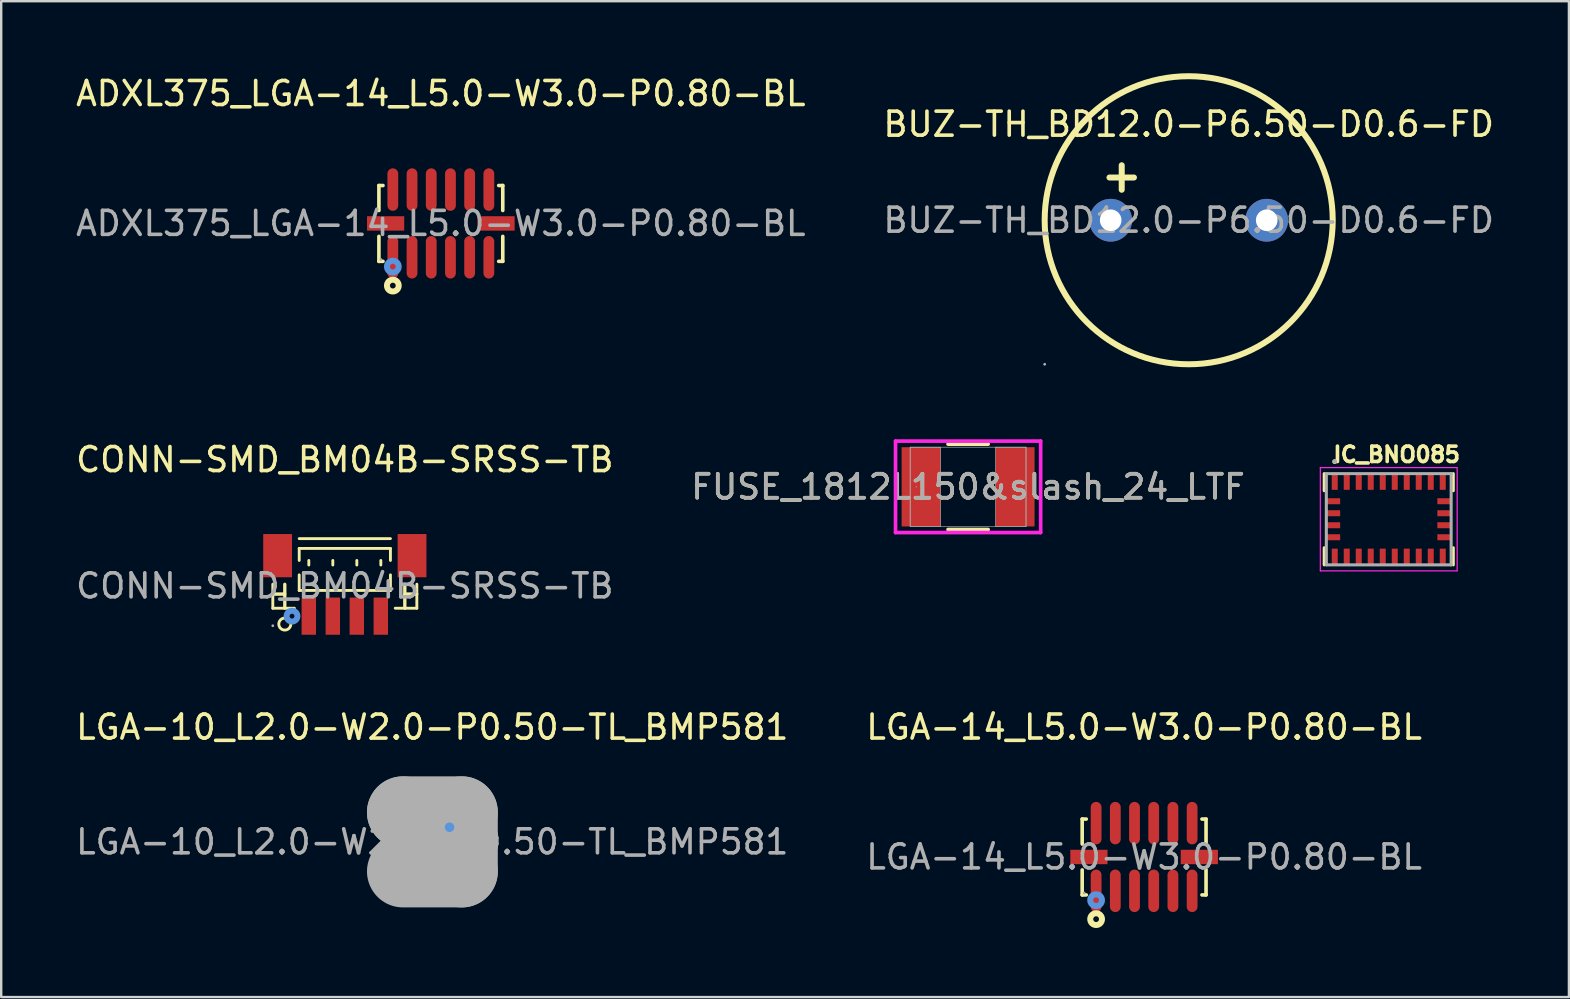
<source format=kicad_pcb>
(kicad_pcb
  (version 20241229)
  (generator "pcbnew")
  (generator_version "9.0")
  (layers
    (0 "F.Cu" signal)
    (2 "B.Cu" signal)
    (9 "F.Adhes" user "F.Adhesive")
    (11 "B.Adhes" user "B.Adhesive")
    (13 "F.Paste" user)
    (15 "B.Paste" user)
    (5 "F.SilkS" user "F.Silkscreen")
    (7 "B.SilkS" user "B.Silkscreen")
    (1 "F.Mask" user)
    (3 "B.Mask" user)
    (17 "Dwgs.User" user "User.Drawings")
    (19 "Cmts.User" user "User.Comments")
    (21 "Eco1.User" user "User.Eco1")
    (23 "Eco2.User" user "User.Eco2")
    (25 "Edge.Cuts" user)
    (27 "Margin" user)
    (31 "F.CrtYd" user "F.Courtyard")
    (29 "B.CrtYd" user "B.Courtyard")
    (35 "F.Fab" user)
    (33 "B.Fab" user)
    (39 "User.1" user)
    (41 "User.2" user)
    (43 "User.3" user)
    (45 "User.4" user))
  (footprint "LGA-14_L5.0-W3.0-P0.80-BL"
    (layer "F.Cu")
    (at 44.613 32.651)
    (property "Reference" "LGA-14_L5.0-W3.0-P0.80-BL" (at 0 -5.41 0) (layer "F.SilkS") (effects (font (size 1 1) (thickness 0.15))))
    (attr smd)
    (fp_line (start -2.58 -1.58) (end -2.41 -1.58) (stroke (width 0.15) (type solid)) (layer "F.SilkS"))
    (fp_line (start -2.58 -0.54) (end -2.58 -1.58) (stroke (width 0.15) (type solid)) (layer "F.SilkS"))
    (fp_line (start -2.58 0.54) (end -2.58 1.58) (stroke (width 0.15) (type solid)) (layer "F.SilkS"))
    (fp_line (start -2.58 1.58) (end -2.41 1.58) (stroke (width 0.15) (type solid)) (layer "F.SilkS"))
    (fp_line (start 2.58 -1.58) (end 2.41 -1.58) (stroke (width 0.15) (type solid)) (layer "F.SilkS"))
    (fp_line (start 2.58 -0.54) (end 2.58 -1.58) (stroke (width 0.15) (type solid)) (layer "F.SilkS"))
    (fp_line (start 2.58 0.54) (end 2.58 1.58) (stroke (width 0.15) (type solid)) (layer "F.SilkS"))
    (fp_line (start 2.58 1.58) (end 2.41 1.58) (stroke (width 0.15) (type solid)) (layer "F.SilkS"))
    (fp_circle (center -2 2.59) (end -1.88 2.59) (stroke (width 0.25) (type solid)) (fill no) (layer "F.SilkS"))
    (fp_circle (center -2 1.8) (end -1.88 1.8) (stroke (width 0.25) (type solid)) (fill no) (layer "Cmts.User"))
    (fp_circle (center -2.5 1.5) (end -2.47 1.5) (stroke (width 0.06) (type solid)) (fill no) (layer "F.Fab"))
    (fp_text user "${REFERENCE}" (at 0 0 0) (layer "F.Fab") (effects (font (size 1 1) (thickness 0.15))))
    (pad "1" smd oval (at -2 1.41) (size 0.45 1.77) (layers "F.Cu" "F.Mask" "F.Paste"))
    (pad "2" smd oval (at -1.2 1.41) (size 0.45 1.77) (layers "F.Cu" "F.Mask" "F.Paste"))
    (pad "3" smd oval (at -0.4 1.41) (size 0.45 1.77) (layers "F.Cu" "F.Mask" "F.Paste"))
    (pad "4" smd oval (at 0.4 1.41) (size 0.45 1.77) (layers "F.Cu" "F.Mask" "F.Paste"))
    (pad "5" smd oval (at 1.2 1.41) (size 0.45 1.77) (layers "F.Cu" "F.Mask" "F.Paste"))
    (pad "6" smd oval (at 2 1.41) (size 0.45 1.77) (layers "F.Cu" "F.Mask" "F.Paste"))
    (pad "7" smd rect (at 2.3 0) (size 1.55 0.6) (layers "F.Cu" "F.Mask" "F.Paste"))
    (pad "8" smd oval (at 2 -1.41) (size 0.45 1.77) (layers "F.Cu" "F.Mask" "F.Paste"))
    (pad "9" smd oval (at 1.2 -1.41) (size 0.45 1.77) (layers "F.Cu" "F.Mask" "F.Paste"))
    (pad "10" smd oval (at 0.4 -1.41) (size 0.45 1.77) (layers "F.Cu" "F.Mask" "F.Paste"))
    (pad "11" smd oval (at -0.4 -1.41) (size 0.45 1.77) (layers "F.Cu" "F.Mask" "F.Paste"))
    (pad "12" smd oval (at -1.2 -1.41) (size 0.45 1.77) (layers "F.Cu" "F.Mask" "F.Paste"))
    (pad "13" smd oval (at -2 -1.41) (size 0.45 1.77) (layers "F.Cu" "F.Mask" "F.Paste"))
    (pad "14" smd rect (at -2.3 0) (size 1.55 0.6) (layers "F.Cu" "F.Mask" "F.Paste")))
  (footprint "LGA-10_L2.0-W2.0-P0.50-TL_BMP581"
    (layer "F.Cu")
    (at 14.958 32.022)
    (property "Reference" "LGA-10_L2.0-W2.0-P0.50-TL_BMP581" (at 0 -4.78 0) (layer "F.SilkS") (effects (font (size 1 1) (thickness 0.15))))
    (attr smd)
    (fp_line (start -1.5 -0.5) (end -1.6 -0.4) (stroke (width 0.15) (type solid)) (layer "F.SilkS"))
    (fp_line (start -1.5 -0.1) (end -1.5 -0.5) (stroke (width 0.15) (type solid)) (layer "F.SilkS"))
    (fp_circle (center 0.72 -0.61) (end 0.82 -0.61) (stroke (width 0.2) (type solid)) (fill no) (layer "Cmts.User"))
    (fp_line (start -1.22 -1.23) (end -1.22 -1.23) (stroke (width 3) (type solid)) (layer "F.Fab"))
    (fp_line (start -1.22 -1.23) (end 1.23 -1.23) (stroke (width 3) (type solid)) (layer "F.Fab"))
    (fp_line (start 1.23 -1.23) (end 1.23 1.23) (stroke (width 3) (type solid)) (layer "F.Fab"))
    (fp_line (start 1.23 1.23) (end -1.22 1.23) (stroke (width 3) (type solid)) (layer "F.Fab"))
    (fp_circle (center -1 -1) (end -0.97 -1) (stroke (width 0.06) (type solid)) (fill no) (layer "F.Fab"))
    (fp_text user "${REFERENCE}" (at 0 0 0) (layer "F.Fab") (effects (font (size 1 1) (thickness 0.15))))
    (pad "1" smd rect (at -0.78 -0.25 90) (size 0.3 0.3) (layers "F.Cu" "F.Mask" "F.Paste"))
    (pad "2" smd rect (at -0.78 0.25 90) (size 0.3 0.3) (layers "F.Cu" "F.Mask" "F.Paste"))
    (pad "3" smd rect (at -0.5 0.78 90) (size 0.3 0.3) (layers "F.Cu" "F.Mask" "F.Paste"))
    (pad "4" smd rect (at 0 0.78 90) (size 0.3 0.3) (layers "F.Cu" "F.Mask" "F.Paste"))
    (pad "5" smd rect (at 0.5 0.78 90) (size 0.3 0.3) (layers "F.Cu" "F.Mask" "F.Paste"))
    (pad "6" smd rect (at 0.78 0.25 90) (size 0.3 0.3) (layers "F.Cu" "F.Mask" "F.Paste"))
    (pad "7" smd rect (at 0.78 -0.25 90) (size 0.3 0.3) (layers "F.Cu" "F.Mask" "F.Paste"))
    (pad "8" smd rect (at 0.5 -0.78 90) (size 0.3 0.3) (layers "F.Cu" "F.Mask" "F.Paste"))
    (pad "9" smd rect (at 0 -0.78 90) (size 0.3 0.3) (layers "F.Cu" "F.Mask" "F.Paste"))
    (pad "10" smd rect (at -0.5 -0.78 90) (size 0.3 0.3) (layers "F.Cu" "F.Mask" "F.Paste")))
  (footprint "IC_BNO085"
    (layer "F.Cu")
    (at 54.804 18.581)
    (property "Reference" "IC_BNO085" (at 0.332 -2.694 0) (layer "F.SilkS") (effects (font (size 0.64 0.64) (thickness 0.15))))
    (attr smd)
    (fp_line (start -2.688 -1.9) (end -2.688 -1.188) (stroke (width 0.127) (type solid)) (layer "F.SilkS"))
    (fp_line (start -2.688 1.9) (end -2.688 1.188) (stroke (width 0.127) (type solid)) (layer "F.SilkS"))
    (fp_line (start 2.688 -1.9) (end 2.688 -1.188) (stroke (width 0.127) (type solid)) (layer "F.SilkS"))
    (fp_line (start 2.688 1.9) (end 2.688 1.188) (stroke (width 0.127) (type solid)) (layer "F.SilkS"))
    (fp_circle (center -2.25 -2.4) (end -2.2 -2.4) (stroke (width 0.1) (type solid)) (fill no) (layer "F.SilkS"))
    (fp_line (start -2.85 -2.15) (end 2.85 -2.15) (stroke (width 0.05) (type solid)) (layer "F.CrtYd"))
    (fp_line (start -2.85 2.15) (end -2.85 -2.15) (stroke (width 0.05) (type solid)) (layer "F.CrtYd"))
    (fp_line (start 2.85 -2.15) (end 2.85 2.15) (stroke (width 0.05) (type solid)) (layer "F.CrtYd"))
    (fp_line (start 2.85 2.15) (end -2.85 2.15) (stroke (width 0.05) (type solid)) (layer "F.CrtYd"))
    (fp_line (start -2.6 -1.9) (end 2.6 -1.9) (stroke (width 0.127) (type solid)) (layer "F.Fab"))
    (fp_line (start -2.6 1.9) (end -2.6 -1.9) (stroke (width 0.127) (type solid)) (layer "F.Fab"))
    (fp_line (start 2.6 -1.9) (end 2.6 1.9) (stroke (width 0.127) (type solid)) (layer "F.Fab"))
    (fp_line (start 2.6 1.9) (end -2.6 1.9) (stroke (width 0.127) (type solid)) (layer "F.Fab"))
    (fp_circle (center -2.25 -2.4) (end -2.2 -2.4) (stroke (width 0.1) (type solid)) (fill no) (layer "F.Fab"))
    (pad "1" smd rect (at -2.25 -1.562) (size 0.25 0.675) (layers "F.Cu" "F.Mask" "F.Paste"))
    (pad "2" smd rect (at -2.312 -0.75) (size 0.575 0.25) (layers "F.Cu" "F.Mask" "F.Paste"))
    (pad "3" smd rect (at -2.312 -0.25) (size 0.575 0.25) (layers "F.Cu" "F.Mask" "F.Paste"))
    (pad "4" smd rect (at -2.312 0.25) (size 0.575 0.25) (layers "F.Cu" "F.Mask" "F.Paste"))
    (pad "5" smd rect (at -2.312 0.75) (size 0.575 0.25) (layers "F.Cu" "F.Mask" "F.Paste"))
    (pad "6" smd rect (at -2.25 1.562) (size 0.25 0.675) (layers "F.Cu" "F.Mask" "F.Paste"))
    (pad "7" smd rect (at -1.75 1.562) (size 0.25 0.675) (layers "F.Cu" "F.Mask" "F.Paste"))
    (pad "8" smd rect (at -1.25 1.562) (size 0.25 0.675) (layers "F.Cu" "F.Mask" "F.Paste"))
    (pad "9" smd rect (at -0.75 1.562) (size 0.25 0.675) (layers "F.Cu" "F.Mask" "F.Paste"))
    (pad "10" smd rect (at -0.25 1.562) (size 0.25 0.675) (layers "F.Cu" "F.Mask" "F.Paste"))
    (pad "11" smd rect (at 0.25 1.562) (size 0.25 0.675) (layers "F.Cu" "F.Mask" "F.Paste"))
    (pad "12" smd rect (at 0.75 1.562) (size 0.25 0.675) (layers "F.Cu" "F.Mask" "F.Paste"))
    (pad "13" smd rect (at 1.25 1.562) (size 0.25 0.675) (layers "F.Cu" "F.Mask" "F.Paste"))
    (pad "14" smd rect (at 1.75 1.562) (size 0.25 0.675) (layers "F.Cu" "F.Mask" "F.Paste"))
    (pad "15" smd rect (at 2.25 1.562) (size 0.25 0.675) (layers "F.Cu" "F.Mask" "F.Paste"))
    (pad "16" smd rect (at 2.312 0.75) (size 0.575 0.25) (layers "F.Cu" "F.Mask" "F.Paste"))
    (pad "17" smd rect (at 2.312 0.25) (size 0.575 0.25) (layers "F.Cu" "F.Mask" "F.Paste"))
    (pad "18" smd rect (at 2.312 -0.25) (size 0.575 0.25) (layers "F.Cu" "F.Mask" "F.Paste"))
    (pad "19" smd rect (at 2.312 -0.75) (size 0.575 0.25) (layers "F.Cu" "F.Mask" "F.Paste"))
    (pad "20" smd rect (at 2.25 -1.562) (size 0.25 0.675) (layers "F.Cu" "F.Mask" "F.Paste"))
    (pad "21" smd rect (at 1.75 -1.562) (size 0.25 0.675) (layers "F.Cu" "F.Mask" "F.Paste"))
    (pad "22" smd rect (at 1.25 -1.562) (size 0.25 0.675) (layers "F.Cu" "F.Mask" "F.Paste"))
    (pad "23" smd rect (at 0.75 -1.562) (size 0.25 0.675) (layers "F.Cu" "F.Mask" "F.Paste"))
    (pad "24" smd rect (at 0.25 -1.562) (size 0.25 0.675) (layers "F.Cu" "F.Mask" "F.Paste"))
    (pad "25" smd rect (at -0.25 -1.562) (size 0.25 0.675) (layers "F.Cu" "F.Mask" "F.Paste"))
    (pad "26" smd rect (at -0.75 -1.562) (size 0.25 0.675) (layers "F.Cu" "F.Mask" "F.Paste"))
    (pad "27" smd rect (at -1.25 -1.562) (size 0.25 0.675) (layers "F.Cu" "F.Mask" "F.Paste"))
    (pad "28" smd rect (at -1.75 -1.562) (size 0.25 0.675) (layers "F.Cu" "F.Mask" "F.Paste")))
  (footprint "CONN-SMD_BM04B-SRSS-TB"
    (layer "F.Cu")
    (at 11.315 21.358)
    (property "Reference" "CONN-SMD_BM04B-SRSS-TB" (at 0 -5.26 0) (layer "F.SilkS") (effects (font (size 1 1) (thickness 0.15))))
    (attr smd)
    (fp_line (start -3 -0.07) (end -3 0.93) (stroke (width 0.12) (type solid)) (layer "F.SilkS"))
    (fp_line (start -3 0.34) (end -2.5 0.34) (stroke (width 0.12) (type solid)) (layer "F.SilkS"))
    (fp_line (start -3 0.93) (end -2.1 0.93) (stroke (width 0.12) (type solid)) (layer "F.SilkS"))
    (fp_line (start -2.5 -0.07) (end -2.5 0.93) (stroke (width 0.12) (type solid)) (layer "F.SilkS"))
    (fp_line (start -2.5 0.34) (end -3 0.34) (stroke (width 0.12) (type solid)) (layer "F.SilkS"))
    (fp_line (start -2.5 0.93) (end -2.5 -0.07) (stroke (width 0.12) (type solid)) (layer "F.SilkS"))
    (fp_line (start -1.9 -1.97) (end 1.9 -1.97) (stroke (width 0.12) (type solid)) (layer "F.SilkS"))
    (fp_line (start -1.9 -1.56) (end 1.9 -1.56) (stroke (width 0.12) (type solid)) (layer "F.SilkS"))
    (fp_line (start -1.9 -1.06) (end -1.9 -1.56) (stroke (width 0.12) (type solid)) (layer "F.SilkS"))
    (fp_line (start -1.9 -0.46) (end -1.9 0.19) (stroke (width 0.12) (type solid)) (layer "F.SilkS"))
    (fp_line (start -1.9 0.19) (end 1.9 0.19) (stroke (width 0.12) (type solid)) (layer "F.SilkS"))
    (fp_line (start -1.5 -1.06) (end -1.5 -0.87) (stroke (width 0.12) (type solid)) (layer "F.SilkS"))
    (fp_line (start -0.5 -1.06) (end -0.5 -0.87) (stroke (width 0.12) (type solid)) (layer "F.SilkS"))
    (fp_line (start 0.5 -1.06) (end 0.5 -0.87) (stroke (width 0.12) (type solid)) (layer "F.SilkS"))
    (fp_line (start 1.5 -1.06) (end 1.5 -0.87) (stroke (width 0.12) (type solid)) (layer "F.SilkS"))
    (fp_line (start 1.9 -1.56) (end 1.9 -1.06) (stroke (width 0.12) (type solid)) (layer "F.SilkS"))
    (fp_line (start 1.9 0.19) (end 1.9 -0.46) (stroke (width 0.12) (type solid)) (layer "F.SilkS"))
    (fp_line (start 2.5 -0.07) (end 2.5 0.93) (stroke (width 0.12) (type solid)) (layer "F.SilkS"))
    (fp_line (start 2.5 0.34) (end 3 0.34) (stroke (width 0.12) (type solid)) (layer "F.SilkS"))
    (fp_line (start 2.5 0.93) (end 2.5 -0.07) (stroke (width 0.12) (type solid)) (layer "F.SilkS"))
    (fp_line (start 3 -0.07) (end 3 0.93) (stroke (width 0.12) (type solid)) (layer "F.SilkS"))
    (fp_line (start 3 0.34) (end 2.5 0.34) (stroke (width 0.12) (type solid)) (layer "F.SilkS"))
    (fp_line (start 3 0.93) (end 2.1 0.93) (stroke (width 0.12) (type solid)) (layer "F.SilkS"))
    (fp_arc (start -2.25 1.6) (mid -2.7502 1.589998) (end -2.25 1.580005) (stroke (width 0.12) (type solid)) (layer "F.SilkS"))
    (fp_circle (center -2.2 1.26) (end -2.1 1.26) (stroke (width 0.25) (type solid)) (fill no) (layer "Cmts.User"))
    (fp_circle (center -3 1.66) (end -2.97 1.66) (stroke (width 0.06) (type solid)) (fill no) (layer "F.Fab"))
    (fp_text user "${REFERENCE}" (at 0 0 0) (layer "F.Fab") (effects (font (size 1 1) (thickness 0.15))))
    (pad "0" smd rect (at -2.8 -1.26) (size 1.2 1.8) (layers "F.Cu" "F.Mask" "F.Paste"))
    (pad "0" smd rect (at 2.8 -1.26) (size 1.2 1.8) (layers "F.Cu" "F.Mask" "F.Paste"))
    (pad "1" smd rect (at -1.5 1.26) (size 0.6 1.55) (layers "F.Cu" "F.Mask" "F.Paste"))
    (pad "2" smd rect (at -0.5 1.26) (size 0.6 1.55) (layers "F.Cu" "F.Mask" "F.Paste"))
    (pad "3" smd rect (at 0.5 1.26) (size 0.6 1.55) (layers "F.Cu" "F.Mask" "F.Paste"))
    (pad "4" smd rect (at 1.5 1.26) (size 0.6 1.55) (layers "F.Cu" "F.Mask" "F.Paste")))
  (footprint "FUSE_1812L150&slash_24_LTF"
    (layer "F.Cu")
    (at 37.28 17.231)
    (property "Reference" "FUSE_1812L150&slash_24_LTF" (at 0 0 0) (unlocked yes) (layer "F.SilkS") (effects (font (size 1 1) (thickness 0.15))))
    (attr smd)
    (fp_line (start -0.835 1.778) (end 0.835 1.778) (stroke (width 0.152) (type solid)) (layer "F.SilkS"))
    (fp_line (start 0.835 -1.778) (end -0.835 -1.778) (stroke (width 0.152) (type solid)) (layer "F.SilkS"))
    (fp_line (start -3.023 -1.905) (end 3.023 -1.905) (stroke (width 0.152) (type solid)) (layer "F.CrtYd"))
    (fp_line (start -3.023 1.905) (end -3.023 -1.905) (stroke (width 0.152) (type solid)) (layer "F.CrtYd"))
    (fp_line (start 3.023 -1.905) (end 3.023 1.905) (stroke (width 0.152) (type solid)) (layer "F.CrtYd"))
    (fp_line (start 3.023 1.905) (end -3.023 1.905) (stroke (width 0.152) (type solid)) (layer "F.CrtYd"))
    (fp_line (start -2.413 -1.651) (end -2.413 1.651) (stroke (width 0.025) (type solid)) (layer "F.Fab"))
    (fp_line (start -2.413 -1.651) (end -2.413 1.651) (stroke (width 0.025) (type solid)) (layer "F.Fab"))
    (fp_line (start -2.413 1.651) (end -1.143 1.651) (stroke (width 0.025) (type solid)) (layer "F.Fab"))
    (fp_line (start -2.413 1.651) (end 2.413 1.651) (stroke (width 0.025) (type solid)) (layer "F.Fab"))
    (fp_line (start -1.143 -1.651) (end -2.413 -1.651) (stroke (width 0.025) (type solid)) (layer "F.Fab"))
    (fp_line (start -1.143 1.651) (end -1.143 -1.651) (stroke (width 0.025) (type solid)) (layer "F.Fab"))
    (fp_line (start 1.143 -1.651) (end 1.143 1.651) (stroke (width 0.025) (type solid)) (layer "F.Fab"))
    (fp_line (start 1.143 1.651) (end 2.413 1.651) (stroke (width 0.025) (type solid)) (layer "F.Fab"))
    (fp_line (start 2.413 -1.651) (end -2.413 -1.651) (stroke (width 0.025) (type solid)) (layer "F.Fab"))
    (fp_line (start 2.413 -1.651) (end 1.143 -1.651) (stroke (width 0.025) (type solid)) (layer "F.Fab"))
    (fp_line (start 2.413 1.651) (end 2.413 -1.651) (stroke (width 0.025) (type solid)) (layer "F.Fab"))
    (fp_line (start 2.413 1.651) (end 2.413 -1.651) (stroke (width 0.025) (type solid)) (layer "F.Fab"))
    (fp_circle (center -2.159 0) (end -2.159 0) (stroke (width 0.025) (type solid)) (fill no) (layer "F.Fab"))
    (fp_text user "${REFERENCE}" (at 0 0 0) (unlocked yes) (layer "F.Fab") (effects (font (size 1 1) (thickness 0.15))))
    (pad "1" smd rect (at -1.956 0) (size 1.626 3.302) (layers "F.Cu" "F.Mask" "F.Paste"))
    (pad "2" smd rect (at 1.956 0) (size 1.626 3.302) (layers "F.Cu" "F.Mask" "F.Paste"))
    (zone (net_name "") (layer "F.Cu") (hatch full 0.508) (connect_pads) (min_thickness 0.254) (filled_areas_thickness no) (keepout (tracks not_allowed) (vias not_allowed) (pads allowed) (copperpour not_allowed) (footprints allowed)) (placement (enabled no)) (fill) (polygon (pts (xy 36.188 15.631) (xy 38.372 15.631) (xy 38.372 18.831) (xy 36.188 18.831)))))
  (footprint "BUZ-TH_BD12.0-P6.50-D0.6-FD"
    (layer "F.Cu")
    (at 46.47 6.125)
    (property "Reference" "BUZ-TH_BD12.0-P6.50-D0.6-FD" (at 0 -4 0) (layer "F.SilkS") (effects (font (size 1 1) (thickness 0.15))))
    (attr through_hole)
    (fp_line (start -3.3 -1.78) (end -2.28 -1.78) (stroke (width 0.25) (type solid)) (layer "F.SilkS"))
    (fp_line (start -2.79 -2.29) (end -2.79 -1.27) (stroke (width 0.25) (type solid)) (layer "F.SilkS"))
    (fp_circle (center 0 0) (end 6 0) (stroke (width 0.25) (type solid)) (fill no) (layer "F.SilkS"))
    (fp_circle (center -6 6) (end -5.97 6) (stroke (width 0.06) (type solid)) (fill no) (layer "F.Fab"))
    (fp_circle (center -3.25 0) (end -3.1 0) (stroke (width 0.3) (type solid)) (fill no) (layer "F.Fab"))
    (fp_circle (center 3.25 0) (end 3.4 0) (stroke (width 0.3) (type solid)) (fill no) (layer "F.Fab"))
    (fp_text user "${REFERENCE}" (at 0 0 0) (layer "F.Fab") (effects (font (size 1 1) (thickness 0.15))))
    (pad "1" thru_hole circle (at -3.25 0) (size 1.78 1.78) (drill 0.9) (layers "*.Cu" "*.Mask"))
    (pad "2" thru_hole circle (at 3.25 0) (size 1.78 1.78) (drill 0.9) (layers "*.Cu" "*.Mask")))
  (footprint "ADXL375_LGA-14_L5.0-W3.0-P0.80-BL"
    (layer "F.Cu")
    (at 15.315 6.258)
    (property "Reference" "ADXL375_LGA-14_L5.0-W3.0-P0.80-BL" (at 0 -5.41 0) (layer "F.SilkS") (effects (font (size 1 1) (thickness 0.15))))
    (attr smd)
    (fp_line (start -2.58 -1.58) (end -2.41 -1.58) (stroke (width 0.15) (type solid)) (layer "F.SilkS"))
    (fp_line (start -2.58 -0.54) (end -2.58 -1.58) (stroke (width 0.15) (type solid)) (layer "F.SilkS"))
    (fp_line (start -2.58 0.54) (end -2.58 1.58) (stroke (width 0.15) (type solid)) (layer "F.SilkS"))
    (fp_line (start -2.58 1.58) (end -2.41 1.58) (stroke (width 0.15) (type solid)) (layer "F.SilkS"))
    (fp_line (start 2.58 -1.58) (end 2.41 -1.58) (stroke (width 0.15) (type solid)) (layer "F.SilkS"))
    (fp_line (start 2.58 -0.54) (end 2.58 -1.58) (stroke (width 0.15) (type solid)) (layer "F.SilkS"))
    (fp_line (start 2.58 0.54) (end 2.58 1.58) (stroke (width 0.15) (type solid)) (layer "F.SilkS"))
    (fp_line (start 2.58 1.58) (end 2.41 1.58) (stroke (width 0.15) (type solid)) (layer "F.SilkS"))
    (fp_circle (center -2 2.59) (end -1.88 2.59) (stroke (width 0.25) (type solid)) (fill no) (layer "F.SilkS"))
    (fp_circle (center -2 1.8) (end -1.88 1.8) (stroke (width 0.25) (type solid)) (fill no) (layer "Cmts.User"))
    (fp_circle (center -2.5 1.5) (end -2.47 1.5) (stroke (width 0.06) (type solid)) (fill no) (layer "F.Fab"))
    (fp_text user "${REFERENCE}" (at 0 0 0) (layer "F.Fab") (effects (font (size 1 1) (thickness 0.15))))
    (pad "1" smd oval (at -2 1.41) (size 0.45 1.77) (layers "F.Cu" "F.Mask" "F.Paste"))
    (pad "2" smd oval (at -1.2 1.41) (size 0.45 1.77) (layers "F.Cu" "F.Mask" "F.Paste"))
    (pad "3" smd oval (at -0.4 1.41) (size 0.45 1.77) (layers "F.Cu" "F.Mask" "F.Paste"))
    (pad "4" smd oval (at 0.4 1.41) (size 0.45 1.77) (layers "F.Cu" "F.Mask" "F.Paste"))
    (pad "5" smd oval (at 1.2 1.41) (size 0.45 1.77) (layers "F.Cu" "F.Mask" "F.Paste"))
    (pad "6" smd oval (at 2 1.41) (size 0.45 1.77) (layers "F.Cu" "F.Mask" "F.Paste"))
    (pad "7" smd rect (at 2.3 0) (size 1.55 0.6) (layers "F.Cu" "F.Mask" "F.Paste"))
    (pad "8" smd oval (at 2 -1.41) (size 0.45 1.77) (layers "F.Cu" "F.Mask" "F.Paste"))
    (pad "9" smd oval (at 1.2 -1.41) (size 0.45 1.77) (layers "F.Cu" "F.Mask" "F.Paste"))
    (pad "10" smd oval (at 0.4 -1.41) (size 0.45 1.77) (layers "F.Cu" "F.Mask" "F.Paste"))
    (pad "11" smd oval (at -0.4 -1.41) (size 0.45 1.77) (layers "F.Cu" "F.Mask" "F.Paste"))
    (pad "12" smd oval (at -1.2 -1.41) (size 0.45 1.77) (layers "F.Cu" "F.Mask" "F.Paste"))
    (pad "13" smd oval (at -2 -1.41) (size 0.45 1.77) (layers "F.Cu" "F.Mask" "F.Paste"))
    (pad "14" smd rect (at -2.3 0) (size 1.55 0.6) (layers "F.Cu" "F.Mask" "F.Paste")))
  (gr_rect
    (start -3 -3)
    (end 62.31 38.486)
    (stroke (width 0.1) (type default))
    (fill no)
    (layer "Edge.Cuts")))
</source>
